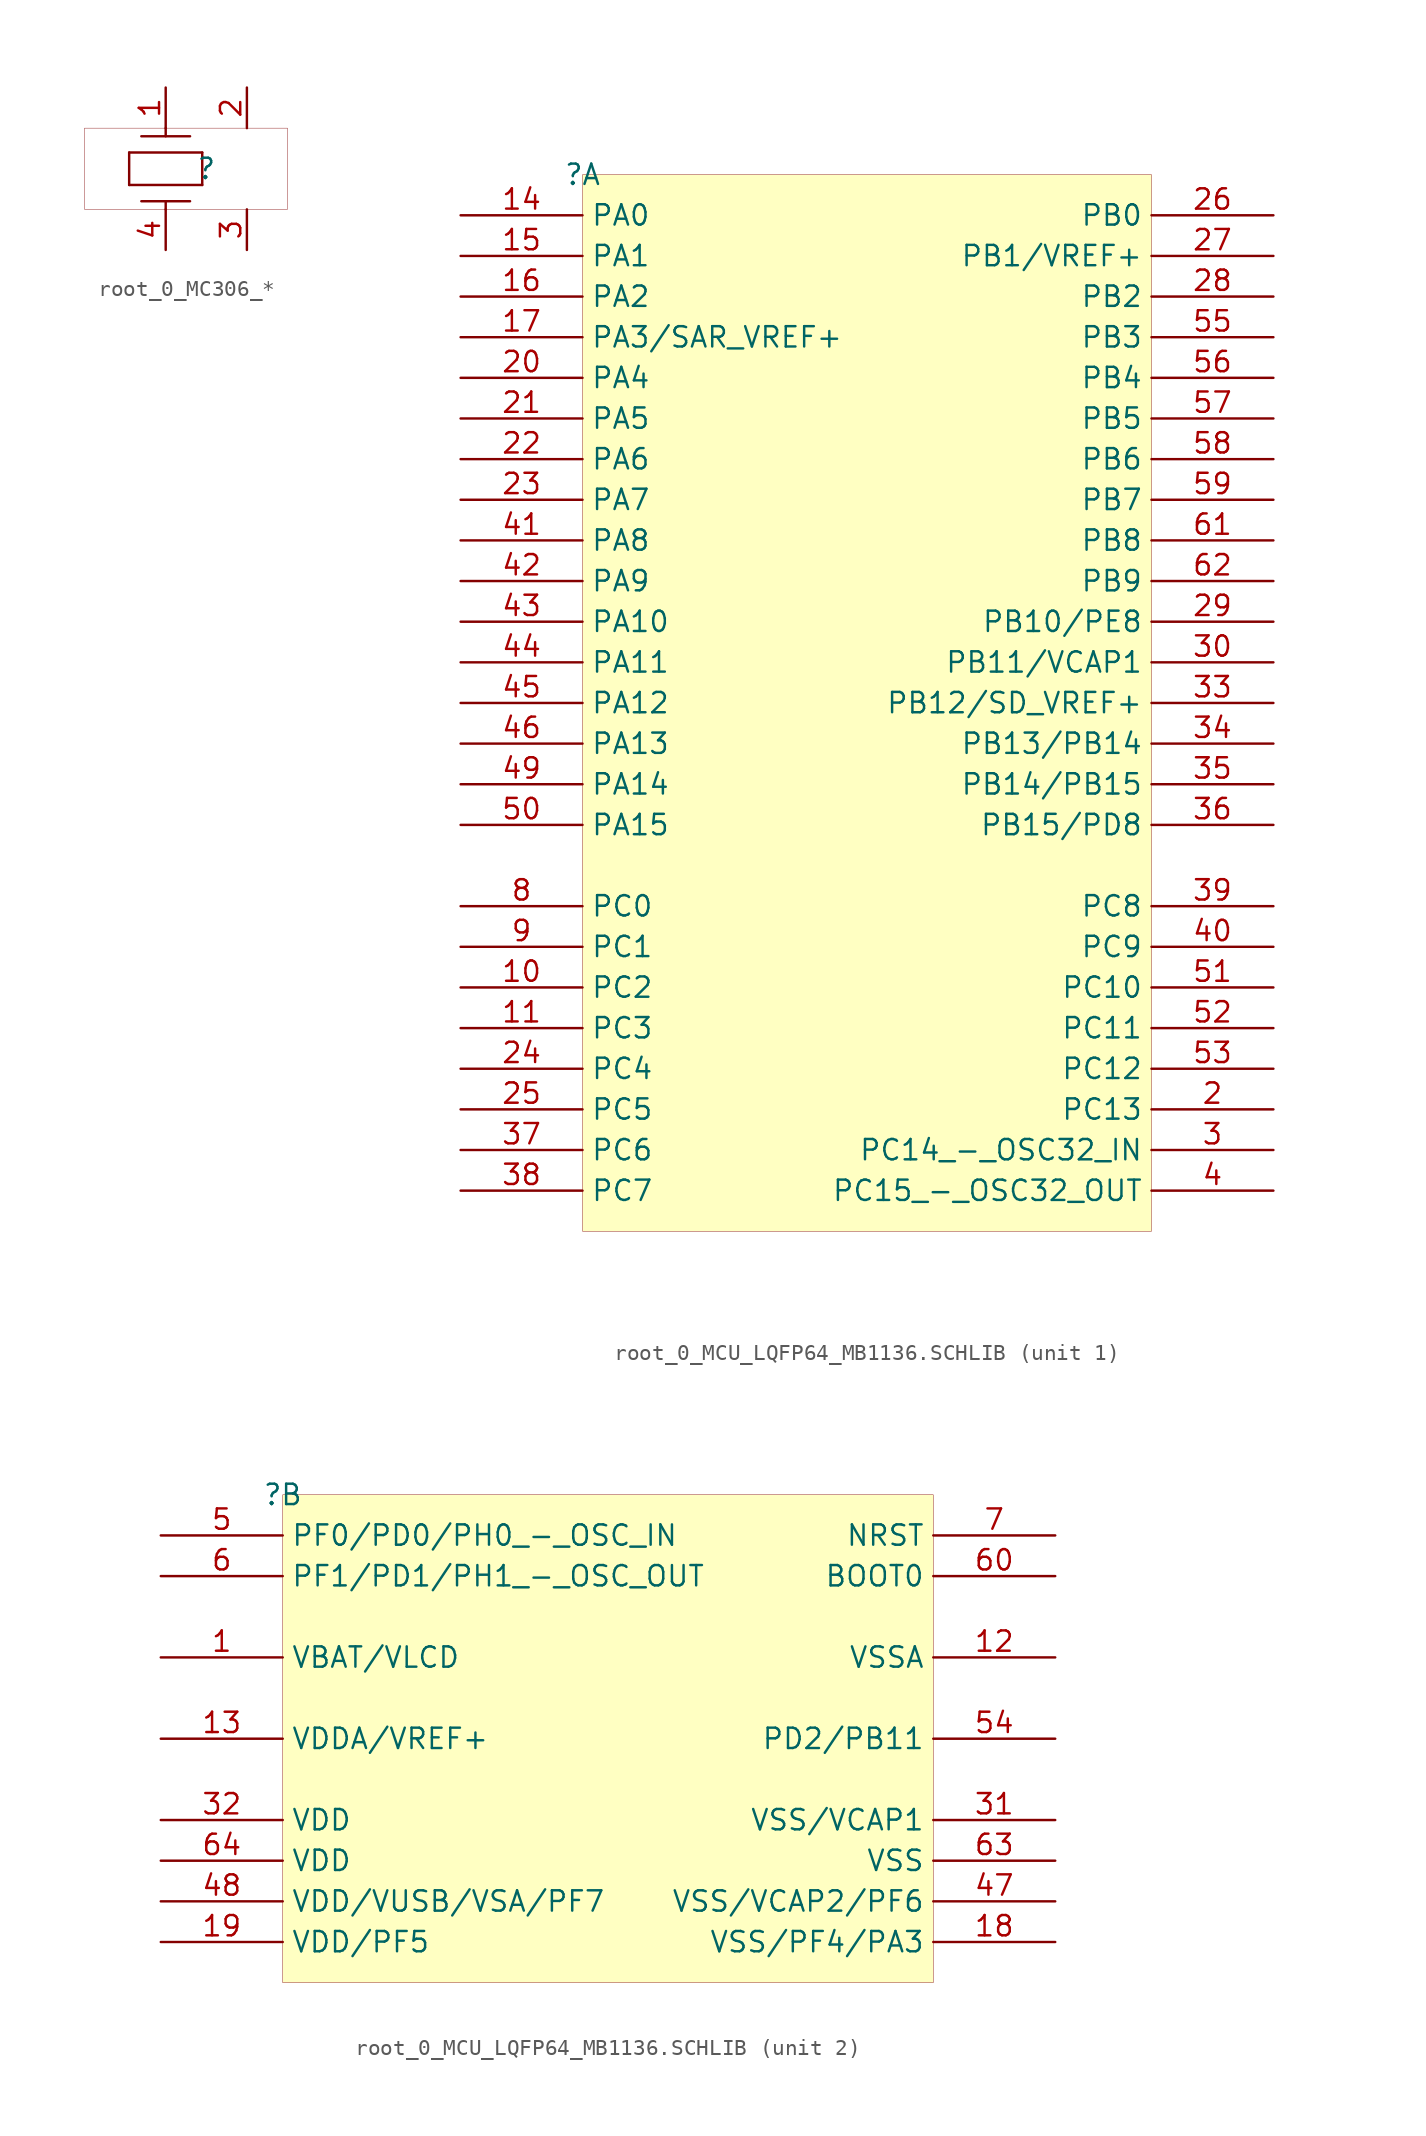
<source format=kicad_sym>
(kicad_symbol_lib
  (version 20241209)
  (generator "kicad_symbol_editor")
  (generator_version "9.0")
  (symbol "root_0_MC306_*"
    (pin_names
      (hide yes))
    (property "Reference" ""
      (at 0 0 0)
      (effects (font (size 1.27 1.27))))
    (property "Value" ""
      (at 0 0 0)
      (effects (font (size 1.27 1.27))))
    (symbol "root_0_MC306_*_1_0"
      (polyline (pts (xy -4.826 1.016) (xy -0.254 1.016)) (stroke (width 0) (type solid)) (fill (type none)))
      (polyline (pts (xy -4.826 -1.016) (xy -4.826 1.016)) (stroke (width 0) (type solid)) (fill (type none)))
      (polyline (pts (xy -4.826 -1.016) (xy -0.254 -1.016)) (stroke (width 0) (type solid)) (fill (type none)))
      (polyline (pts (xy -4.064 2.032) (xy -1.016 2.032)) (stroke (width 0) (type solid)) (fill (type none)))
      (polyline (pts (xy -4.064 -2.032) (xy -1.016 -2.032)) (stroke (width 0) (type solid)) (fill (type none)))
      (polyline (pts (xy -2.54 2.032) (xy -2.54 2.54)) (stroke (width 0) (type solid)) (fill (type none)))
      (polyline (pts (xy -2.54 -2.54) (xy -2.54 -2.032)) (stroke (width 0) (type solid)) (fill (type none)))
      (polyline (pts (xy -0.254 -1.016) (xy -0.254 1.016)) (stroke (width 0) (type solid)) (fill (type none)))
      (rectangle (start 5.08 2.54) (end -7.62 -2.54) (stroke (width 0.025) (type solid) (color 128 0 0 1)) (fill (type none)))
      (pin passive line (at -2.54 5.08 270) (length 2.54) (name "1" (effects (font (size 1.27 1.27)))) (number "1" (effects (font (size 1.27 1.27)))))
      (pin passive line (at -2.54 -5.08 90) (length 2.54) (name "4" (effects (font (size 1.27 1.27)))) (number "4" (effects (font (size 1.27 1.27)))))
      (pin passive line (at 2.54 5.08 270) (length 2.54) (name "2" (effects (font (size 1.27 1.27)))) (number "2" (effects (font (size 1.27 1.27)))))
      (pin passive line (at 2.54 -5.08 90) (length 2.54) (name "3" (effects (font (size 1.27 1.27)))) (number "3" (effects (font (size 1.27 1.27)))))))
  (symbol "root_0_MCU_LQFP64_MB1136.SCHLIB"
    (property "Reference" ""
      (at 0 0 0)
      (effects (font (size 1.27 1.27))))
    (property "Value" ""
      (at 0 0 0)
      (effects (font (size 1.27 1.27))))
    (symbol "root_0_MCU_LQFP64_MB1136.SCHLIB_1_0"
      (rectangle (start 35.56 0) (end 0 -66.04) (stroke (width 0.025) (type solid) (color 128 0 0 1)) (fill (type background)))
      (pin passive line (at -7.62 -2.54 0) (length 7.62) (name "PA0" (effects (font (size 1.27 1.27)))) (number "14" (effects (font (size 1.27 1.27)))))
      (pin passive line (at -7.62 -5.08 0) (length 7.62) (name "PA1" (effects (font (size 1.27 1.27)))) (number "15" (effects (font (size 1.27 1.27)))))
      (pin passive line (at -7.62 -7.62 0) (length 7.62) (name "PA2" (effects (font (size 1.27 1.27)))) (number "16" (effects (font (size 1.27 1.27)))))
      (pin passive line (at -7.62 -10.16 0) (length 7.62) (name "PA3/SAR_VREF+" (effects (font (size 1.27 1.27)))) (number "17" (effects (font (size 1.27 1.27)))))
      (pin passive line (at -7.62 -12.7 0) (length 7.62) (name "PA4" (effects (font (size 1.27 1.27)))) (number "20" (effects (font (size 1.27 1.27)))))
      (pin passive line (at -7.62 -15.24 0) (length 7.62) (name "PA5" (effects (font (size 1.27 1.27)))) (number "21" (effects (font (size 1.27 1.27)))))
      (pin passive line (at -7.62 -17.78 0) (length 7.62) (name "PA6" (effects (font (size 1.27 1.27)))) (number "22" (effects (font (size 1.27 1.27)))))
      (pin passive line (at -7.62 -20.32 0) (length 7.62) (name "PA7" (effects (font (size 1.27 1.27)))) (number "23" (effects (font (size 1.27 1.27)))))
      (pin passive line (at -7.62 -22.86 0) (length 7.62) (name "PA8" (effects (font (size 1.27 1.27)))) (number "41" (effects (font (size 1.27 1.27)))))
      (pin passive line (at -7.62 -25.4 0) (length 7.62) (name "PA9" (effects (font (size 1.27 1.27)))) (number "42" (effects (font (size 1.27 1.27)))))
      (pin passive line (at -7.62 -27.94 0) (length 7.62) (name "PA10" (effects (font (size 1.27 1.27)))) (number "43" (effects (font (size 1.27 1.27)))))
      (pin passive line (at -7.62 -30.48 0) (length 7.62) (name "PA11" (effects (font (size 1.27 1.27)))) (number "44" (effects (font (size 1.27 1.27)))))
      (pin passive line (at -7.62 -33.02 0) (length 7.62) (name "PA12" (effects (font (size 1.27 1.27)))) (number "45" (effects (font (size 1.27 1.27)))))
      (pin passive line (at -7.62 -35.56 0) (length 7.62) (name "PA13" (effects (font (size 1.27 1.27)))) (number "46" (effects (font (size 1.27 1.27)))))
      (pin passive line (at -7.62 -38.1 0) (length 7.62) (name "PA14" (effects (font (size 1.27 1.27)))) (number "49" (effects (font (size 1.27 1.27)))))
      (pin passive line (at -7.62 -40.64 0) (length 7.62) (name "PA15" (effects (font (size 1.27 1.27)))) (number "50" (effects (font (size 1.27 1.27)))))
      (pin passive line (at -7.62 -45.72 0) (length 7.62) (name "PC0" (effects (font (size 1.27 1.27)))) (number "8" (effects (font (size 1.27 1.27)))))
      (pin passive line (at -7.62 -48.26 0) (length 7.62) (name "PC1" (effects (font (size 1.27 1.27)))) (number "9" (effects (font (size 1.27 1.27)))))
      (pin passive line (at -7.62 -50.8 0) (length 7.62) (name "PC2" (effects (font (size 1.27 1.27)))) (number "10" (effects (font (size 1.27 1.27)))))
      (pin passive line (at -7.62 -53.34 0) (length 7.62) (name "PC3" (effects (font (size 1.27 1.27)))) (number "11" (effects (font (size 1.27 1.27)))))
      (pin passive line (at -7.62 -55.88 0) (length 7.62) (name "PC4" (effects (font (size 1.27 1.27)))) (number "24" (effects (font (size 1.27 1.27)))))
      (pin passive line (at -7.62 -58.42 0) (length 7.62) (name "PC5" (effects (font (size 1.27 1.27)))) (number "25" (effects (font (size 1.27 1.27)))))
      (pin passive line (at -7.62 -60.96 0) (length 7.62) (name "PC6" (effects (font (size 1.27 1.27)))) (number "37" (effects (font (size 1.27 1.27)))))
      (pin passive line (at -7.62 -63.5 0) (length 7.62) (name "PC7" (effects (font (size 1.27 1.27)))) (number "38" (effects (font (size 1.27 1.27)))))
      (pin passive line (at 43.18 -2.54 180) (length 7.62) (name "PB0" (effects (font (size 1.27 1.27)))) (number "26" (effects (font (size 1.27 1.27)))))
      (pin passive line (at 43.18 -5.08 180) (length 7.62) (name "PB1/VREF+" (effects (font (size 1.27 1.27)))) (number "27" (effects (font (size 1.27 1.27)))))
      (pin passive line (at 43.18 -7.62 180) (length 7.62) (name "PB2" (effects (font (size 1.27 1.27)))) (number "28" (effects (font (size 1.27 1.27)))))
      (pin passive line (at 43.18 -10.16 180) (length 7.62) (name "PB3" (effects (font (size 1.27 1.27)))) (number "55" (effects (font (size 1.27 1.27)))))
      (pin passive line (at 43.18 -12.7 180) (length 7.62) (name "PB4" (effects (font (size 1.27 1.27)))) (number "56" (effects (font (size 1.27 1.27)))))
      (pin passive line (at 43.18 -15.24 180) (length 7.62) (name "PB5" (effects (font (size 1.27 1.27)))) (number "57" (effects (font (size 1.27 1.27)))))
      (pin passive line (at 43.18 -17.78 180) (length 7.62) (name "PB6" (effects (font (size 1.27 1.27)))) (number "58" (effects (font (size 1.27 1.27)))))
      (pin passive line (at 43.18 -20.32 180) (length 7.62) (name "PB7" (effects (font (size 1.27 1.27)))) (number "59" (effects (font (size 1.27 1.27)))))
      (pin passive line (at 43.18 -22.86 180) (length 7.62) (name "PB8" (effects (font (size 1.27 1.27)))) (number "61" (effects (font (size 1.27 1.27)))))
      (pin passive line (at 43.18 -25.4 180) (length 7.62) (name "PB9" (effects (font (size 1.27 1.27)))) (number "62" (effects (font (size 1.27 1.27)))))
      (pin passive line (at 43.18 -27.94 180) (length 7.62) (name "PB10/PE8" (effects (font (size 1.27 1.27)))) (number "29" (effects (font (size 1.27 1.27)))))
      (pin passive line (at 43.18 -30.48 180) (length 7.62) (name "PB11/VCAP1" (effects (font (size 1.27 1.27)))) (number "30" (effects (font (size 1.27 1.27)))))
      (pin passive line (at 43.18 -33.02 180) (length 7.62) (name "PB12/SD_VREF+" (effects (font (size 1.27 1.27)))) (number "33" (effects (font (size 1.27 1.27)))))
      (pin passive line (at 43.18 -35.56 180) (length 7.62) (name "PB13/PB14" (effects (font (size 1.27 1.27)))) (number "34" (effects (font (size 1.27 1.27)))))
      (pin passive line (at 43.18 -38.1 180) (length 7.62) (name "PB14/PB15" (effects (font (size 1.27 1.27)))) (number "35" (effects (font (size 1.27 1.27)))))
      (pin passive line (at 43.18 -40.64 180) (length 7.62) (name "PB15/PD8" (effects (font (size 1.27 1.27)))) (number "36" (effects (font (size 1.27 1.27)))))
      (pin passive line (at 43.18 -45.72 180) (length 7.62) (name "PC8" (effects (font (size 1.27 1.27)))) (number "39" (effects (font (size 1.27 1.27)))))
      (pin passive line (at 43.18 -48.26 180) (length 7.62) (name "PC9" (effects (font (size 1.27 1.27)))) (number "40" (effects (font (size 1.27 1.27)))))
      (pin passive line (at 43.18 -50.8 180) (length 7.62) (name "PC10" (effects (font (size 1.27 1.27)))) (number "51" (effects (font (size 1.27 1.27)))))
      (pin passive line (at 43.18 -53.34 180) (length 7.62) (name "PC11" (effects (font (size 1.27 1.27)))) (number "52" (effects (font (size 1.27 1.27)))))
      (pin passive line (at 43.18 -55.88 180) (length 7.62) (name "PC12" (effects (font (size 1.27 1.27)))) (number "53" (effects (font (size 1.27 1.27)))))
      (pin passive line (at 43.18 -58.42 180) (length 7.62) (name "PC13" (effects (font (size 1.27 1.27)))) (number "2" (effects (font (size 1.27 1.27)))))
      (pin passive line (at 43.18 -60.96 180) (length 7.62) (name "PC14_-_OSC32_IN" (effects (font (size 1.27 1.27)))) (number "3" (effects (font (size 1.27 1.27)))))
      (pin passive line (at 43.18 -63.5 180) (length 7.62) (name "PC15_-_OSC32_OUT" (effects (font (size 1.27 1.27)))) (number "4" (effects (font (size 1.27 1.27))))))
    (symbol "root_0_MCU_LQFP64_MB1136.SCHLIB_2_0"
      (rectangle (start 40.64 0) (end 0 -30.48) (stroke (width 0.025) (type solid) (color 128 0 0 1)) (fill (type background)))
      (pin passive line (at -7.62 -2.54 0) (length 7.62) (name "PF0/PD0/PH0_-_OSC_IN" (effects (font (size 1.27 1.27)))) (number "5" (effects (font (size 1.27 1.27)))))
      (pin passive line (at -7.62 -5.08 0) (length 7.62) (name "PF1/PD1/PH1_-_OSC_OUT" (effects (font (size 1.27 1.27)))) (number "6" (effects (font (size 1.27 1.27)))))
      (pin passive line (at -7.62 -10.16 0) (length 7.62) (name "VBAT/VLCD" (effects (font (size 1.27 1.27)))) (number "1" (effects (font (size 1.27 1.27)))))
      (pin passive line (at -7.62 -15.24 0) (length 7.62) (name "VDDA/VREF+" (effects (font (size 1.27 1.27)))) (number "13" (effects (font (size 1.27 1.27)))))
      (pin passive line (at -7.62 -20.32 0) (length 7.62) (name "VDD" (effects (font (size 1.27 1.27)))) (number "32" (effects (font (size 1.27 1.27)))))
      (pin passive line (at -7.62 -22.86 0) (length 7.62) (name "VDD" (effects (font (size 1.27 1.27)))) (number "64" (effects (font (size 1.27 1.27)))))
      (pin passive line (at -7.62 -25.4 0) (length 7.62) (name "VDD/VUSB/VSA/PF7" (effects (font (size 1.27 1.27)))) (number "48" (effects (font (size 1.27 1.27)))))
      (pin passive line (at -7.62 -27.94 0) (length 7.62) (name "VDD/PF5" (effects (font (size 1.27 1.27)))) (number "19" (effects (font (size 1.27 1.27)))))
      (pin passive line (at 48.26 -2.54 180) (length 7.62) (name "NRST" (effects (font (size 1.27 1.27)))) (number "7" (effects (font (size 1.27 1.27)))))
      (pin passive line (at 48.26 -5.08 180) (length 7.62) (name "BOOT0" (effects (font (size 1.27 1.27)))) (number "60" (effects (font (size 1.27 1.27)))))
      (pin passive line (at 48.26 -10.16 180) (length 7.62) (name "VSSA" (effects (font (size 1.27 1.27)))) (number "12" (effects (font (size 1.27 1.27)))))
      (pin passive line (at 48.26 -15.24 180) (length 7.62) (name "PD2/PB11" (effects (font (size 1.27 1.27)))) (number "54" (effects (font (size 1.27 1.27)))))
      (pin passive line (at 48.26 -20.32 180) (length 7.62) (name "VSS/VCAP1" (effects (font (size 1.27 1.27)))) (number "31" (effects (font (size 1.27 1.27)))))
      (pin passive line (at 48.26 -22.86 180) (length 7.62) (name "VSS" (effects (font (size 1.27 1.27)))) (number "63" (effects (font (size 1.27 1.27)))))
      (pin passive line (at 48.26 -25.4 180) (length 7.62) (name "VSS/VCAP2/PF6" (effects (font (size 1.27 1.27)))) (number "47" (effects (font (size 1.27 1.27)))))
      (pin passive line (at 48.26 -27.94 180) (length 7.62) (name "VSS/PF4/PA3" (effects (font (size 1.27 1.27)))) (number "18" (effects (font (size 1.27 1.27))))))))
</source>
